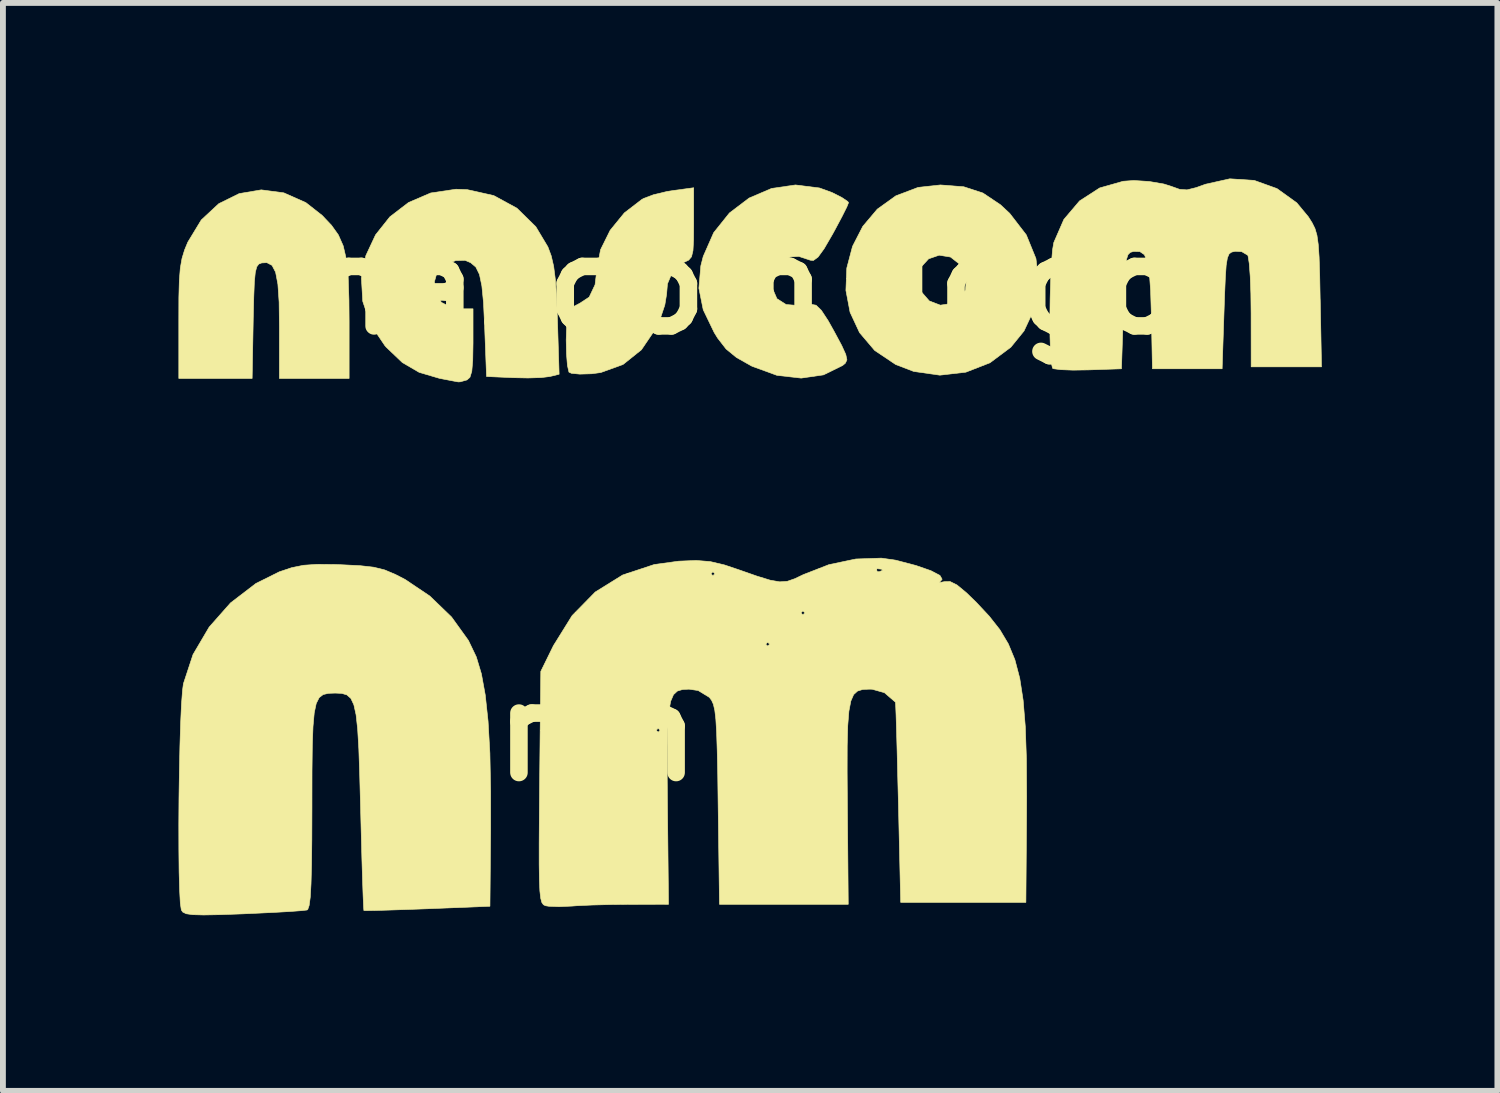
<source format=kicad_pcb>
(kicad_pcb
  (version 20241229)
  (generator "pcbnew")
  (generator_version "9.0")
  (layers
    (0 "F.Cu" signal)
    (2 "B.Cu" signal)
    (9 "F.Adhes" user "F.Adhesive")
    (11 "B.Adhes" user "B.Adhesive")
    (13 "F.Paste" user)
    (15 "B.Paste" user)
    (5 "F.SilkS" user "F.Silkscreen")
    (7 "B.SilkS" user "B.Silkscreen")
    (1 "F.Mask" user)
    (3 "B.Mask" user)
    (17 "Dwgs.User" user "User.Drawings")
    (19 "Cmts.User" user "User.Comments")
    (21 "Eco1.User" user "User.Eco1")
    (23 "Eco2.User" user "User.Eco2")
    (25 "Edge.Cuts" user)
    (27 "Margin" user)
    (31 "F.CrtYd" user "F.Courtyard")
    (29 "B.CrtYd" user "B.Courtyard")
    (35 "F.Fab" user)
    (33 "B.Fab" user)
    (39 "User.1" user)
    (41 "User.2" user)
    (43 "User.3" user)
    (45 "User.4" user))
  (footprint "nm"
    (layer "F.Cu")
    (at 7.159 9.46)
    (property "Reference" "nm" (at 0 0 0) (layer "F.SilkS") (effects (font (size 1.524 1.524) (thickness 0.3))))
    (attr through_hole)
    (fp_poly (pts (xy -4.479 -2.865) (xy -4.378 -2.861) (xy -4.056 -2.845) (xy -3.824 -2.819) (xy -3.638 -2.773) (xy -3.455 -2.696) (xy -3.288 -2.61) (xy -2.865 -2.326) (xy -2.494 -1.968) (xy -2.206 -1.568) (xy -2.071 -1.286) (xy -1.984 -0.997) (xy -1.918 -0.635) (xy -1.87 -0.188) (xy -1.839 0.357) (xy -1.826 1.012) (xy -1.826 1.671) (xy -1.838 2.974) (xy -2.908 3.017) (xy -3.27 3.03) (xy -3.582 3.04) (xy -3.82 3.047) (xy -3.962 3.048) (xy -3.992 3.047) (xy -3.997 2.98) (xy -4.005 2.796) (xy -4.015 2.515) (xy -4.026 2.153) (xy -4.037 1.729) (xy -4.048 1.3) (xy -4.063 0.736) (xy -4.078 0.291) (xy -4.098 -0.048) (xy -4.125 -0.297) (xy -4.163 -0.468) (xy -4.214 -0.577) (xy -4.282 -0.637) (xy -4.369 -0.663) (xy -4.48 -0.668) (xy -4.484 -0.668) (xy -4.598 -0.664) (xy -4.688 -0.643) (xy -4.756 -0.59) (xy -4.806 -0.491) (xy -4.84 -0.331) (xy -4.861 -0.097) (xy -4.873 0.226) (xy -4.878 0.652) (xy -4.879 1.196) (xy -4.879 1.277) (xy -4.881 1.833) (xy -4.886 2.268) (xy -4.895 2.593) (xy -4.908 2.82) (xy -4.927 2.961) (xy -4.951 3.029) (xy -4.963 3.038) (xy -5.056 3.049) (xy -5.258 3.064) (xy -5.541 3.08) (xy -5.882 3.096) (xy -6.058 3.104) (xy -6.451 3.118) (xy -6.73 3.123) (xy -6.916 3.118) (xy -7.028 3.102) (xy -7.087 3.073) (xy -7.111 3.037) (xy -7.128 2.924) (xy -7.14 2.7) (xy -7.149 2.385) (xy -7.153 2.004) (xy -7.154 1.576) (xy -7.151 1.125) (xy -7.144 0.672) (xy -7.135 0.239) (xy -7.123 -0.152) (xy -7.108 -0.478) (xy -7.09 -0.718) (xy -7.075 -0.829) (xy -6.911 -1.327) (xy -6.635 -1.796) (xy -6.27 -2.209) (xy -5.837 -2.541) (xy -5.437 -2.74) (xy -5.225 -2.811) (xy -5.024 -2.852) (xy -4.79 -2.868) (xy -4.479 -2.865)) (stroke (width 0.01) (type solid)) (fill yes) (layer "F.SilkS"))
    (fp_poly (pts (xy 5.095 -2.939) (xy 5.441 -2.848) (xy 5.697 -2.759) (xy 5.85 -2.679) (xy 5.888 -2.613) (xy 5.871 -2.593) (xy 5.839 -2.556) (xy 5.928 -2.572) (xy 5.929 -2.572) (xy 6.024 -2.574) (xy 6.141 -2.516) (xy 6.302 -2.383) (xy 6.471 -2.219) (xy 6.692 -1.983) (xy 6.874 -1.752) (xy 7.019 -1.509) (xy 7.131 -1.238) (xy 7.214 -0.922) (xy 7.272 -0.546) (xy 7.309 -0.094) (xy 7.328 0.451) (xy 7.332 1.104) (xy 7.33 1.504) (xy 7.319 2.908) (xy 5.18 2.908) (xy 5.141 1.203) (xy 5.129 0.741) (xy 5.119 0.325) (xy 5.109 -0.026) (xy 5.101 -0.294) (xy 5.094 -0.462) (xy 5.09 -0.513) (xy 4.902 -0.675) (xy 4.692 -0.734) (xy 4.643 -0.735) (xy 4.531 -0.73) (xy 4.443 -0.703) (xy 4.376 -0.642) (xy 4.328 -0.532) (xy 4.295 -0.359) (xy 4.275 -0.109) (xy 4.266 0.232) (xy 4.265 0.678) (xy 4.269 1.244) (xy 4.269 1.253) (xy 4.284 2.941) (xy 2.084 2.941) (xy 2.061 1.244) (xy 2.054 0.719) (xy 2.045 0.312) (xy 2.035 0.006) (xy 2.022 -0.217) (xy 2.004 -0.372) (xy 1.98 -0.476) (xy 1.949 -0.545) (xy 1.911 -0.595) (xy 1.72 -0.712) (xy 1.563 -0.735) (xy 1.452 -0.729) (xy 1.365 -0.703) (xy 1.298 -0.641) (xy 1.25 -0.529) (xy 1.218 -0.355) (xy 1.199 -0.103) (xy 1.191 0.241) (xy 1.19 0.69) (xy 1.195 1.253) (xy 1.213 2.941) (xy 0.556 2.942) (xy 0.227 2.945) (xy -0.093 2.953) (xy -0.354 2.965) (xy -0.434 2.971) (xy -0.655 2.981) (xy -0.834 2.974) (xy -0.889 2.965) (xy -0.924 2.948) (xy -0.951 2.91) (xy -0.971 2.836) (xy -0.985 2.713) (xy -0.993 2.525) (xy -0.997 2.259) (xy -0.997 1.901) (xy -0.994 1.435) (xy -0.99 0.945) (xy -0.98 -0.033) (xy 1.003 -0.033) (xy 1.036 0) (xy 1.069 -0.033) (xy 1.036 -0.067) (xy 1.003 -0.033) (xy -0.98 -0.033) (xy -0.969 -1.039) (xy -0.752 -1.481) (xy -0.737 -1.504) (xy 2.874 -1.504) (xy 2.908 -1.471) (xy 2.941 -1.504) (xy 2.908 -1.537) (xy 2.874 -1.504) (xy -0.737 -1.504) (xy -0.434 -1.992) (xy -0.388 -2.039) (xy 3.476 -2.039) (xy 3.509 -2.005) (xy 3.543 -2.039) (xy 3.509 -2.072) (xy 3.476 -2.039) (xy -0.388 -2.039) (xy -0.039 -2.395) (xy 0.43 -2.686) (xy 0.494 -2.707) (xy 1.938 -2.707) (xy 1.972 -2.674) (xy 2.005 -2.707) (xy 1.972 -2.741) (xy 1.938 -2.707) (xy 0.494 -2.707) (xy 0.97 -2.865) (xy 1.387 -2.922) (xy 1.687 -2.934) (xy 1.926 -2.915) (xy 2.168 -2.858) (xy 2.406 -2.778) (xy 2.726 -2.666) (xy 2.951 -2.597) (xy 3.113 -2.569) (xy 3.243 -2.578) (xy 3.372 -2.623) (xy 3.516 -2.692) (xy 3.755 -2.785) (xy 4.768 -2.785) (xy 4.777 -2.745) (xy 4.813 -2.741) (xy 4.868 -2.765) (xy 4.857 -2.785) (xy 4.778 -2.793) (xy 4.768 -2.785) (xy 3.755 -2.785) (xy 3.952 -2.862) (xy 4.412 -2.959) (xy 4.85 -2.974) (xy 5.095 -2.939)) (stroke (width 0.01) (type solid)) (fill yes) (layer "F.SilkS")))
  (footprint "nascom logo"
    (layer "F.Cu")
    (at 9.728 1.829)
    (property "Reference" "nascom logo" (at 0 0 0) (layer "F.SilkS") (effects (font (size 1.524 1.524) (thickness 0.3))))
    (attr through_hole)
    (fp_poly (pts (xy -7.928 -1.584) (xy -7.552 -1.417) (xy -7.273 -1.198) (xy -7.115 -1.031) (xy -6.997 -0.866) (xy -6.914 -0.678) (xy -6.86 -0.446) (xy -6.829 -0.145) (xy -6.816 0.247) (xy -6.813 0.612) (xy -6.813 1.587) (xy -8.004 1.587) (xy -8.004 0.707) (xy -8.009 0.284) (xy -8.03 -0.023) (xy -8.069 -0.228) (xy -8.13 -0.345) (xy -8.218 -0.391) (xy -8.306 -0.387) (xy -8.356 -0.368) (xy -8.391 -0.321) (xy -8.416 -0.226) (xy -8.432 -0.062) (xy -8.442 0.191) (xy -8.451 0.554) (xy -8.452 0.613) (xy -8.47 1.587) (xy -9.723 1.587) (xy -9.723 0.597) (xy -9.722 0.203) (xy -9.714 -0.087) (xy -9.697 -0.3) (xy -9.668 -0.465) (xy -9.624 -0.609) (xy -9.569 -0.742) (xy -9.339 -1.121) (xy -9.04 -1.399) (xy -8.692 -1.571) (xy -8.314 -1.635) (xy -7.928 -1.584)) (stroke (width 0.01) (type solid)) (fill yes) (layer "F.SilkS"))
    (fp_poly (pts (xy -0.926 -1.065) (xy -0.928 -0.779) (xy -0.938 -0.597) (xy -0.963 -0.492) (xy -1.011 -0.435) (xy -1.086 -0.399) (xy -1.087 -0.398) (xy -1.276 -0.262) (xy -1.374 -0.03) (xy -1.389 0.149) (xy -1.419 0.332) (xy -1.498 0.568) (xy -1.571 0.732) (xy -1.819 1.097) (xy -2.134 1.349) (xy -2.513 1.486) (xy -2.668 1.507) (xy -2.872 1.513) (xy -3.015 1.499) (xy -3.057 1.479) (xy -3.083 1.365) (xy -3.099 1.166) (xy -3.104 0.929) (xy -3.097 0.703) (xy -3.077 0.535) (xy -3.077 0.534) (xy -2.989 0.364) (xy -2.871 0.302) (xy -2.711 0.197) (xy -2.611 -0.014) (xy -2.578 -0.285) (xy -2.517 -0.613) (xy -2.353 -0.944) (xy -2.111 -1.241) (xy -1.815 -1.469) (xy -1.78 -1.489) (xy -1.612 -1.552) (xy -1.382 -1.607) (xy -1.267 -1.625) (xy -0.926 -1.671) (xy -0.926 -1.065)) (stroke (width 0.01) (type solid)) (fill yes) (layer "F.SilkS"))
    (fp_poly (pts (xy 3.689 -1.688) (xy 4.016 -1.581) (xy 4.314 -1.382) (xy 4.474 -1.233) (xy 4.757 -0.866) (xy 4.922 -0.461) (xy 4.971 -0.039) (xy 4.903 0.38) (xy 4.718 0.776) (xy 4.493 1.053) (xy 4.137 1.319) (xy 3.724 1.48) (xy 3.28 1.531) (xy 2.833 1.467) (xy 2.525 1.349) (xy 2.166 1.108) (xy 1.908 0.804) (xy 1.746 0.456) (xy 1.675 0.082) (xy 1.683 -0.117) (xy 2.91 -0.117) (xy 2.963 0.106) (xy 3.1 0.263) (xy 3.288 0.335) (xy 3.494 0.304) (xy 3.589 0.248) (xy 3.718 0.076) (xy 3.736 -0.135) (xy 3.64 -0.346) (xy 3.637 -0.35) (xy 3.463 -0.487) (xy 3.268 -0.519) (xy 3.088 -0.457) (xy 2.957 -0.314) (xy 2.91 -0.117) (xy 1.683 -0.117) (xy 1.69 -0.299) (xy 1.788 -0.67) (xy 1.963 -1.011) (xy 2.211 -1.305) (xy 2.528 -1.533) (xy 2.908 -1.677) (xy 3.289 -1.719) (xy 3.689 -1.688)) (stroke (width 0.01) (type solid)) (fill yes) (layer "F.SilkS"))
    (fp_poly (pts (xy 1.225 -1.667) (xy 1.439 -1.589) (xy 1.605 -1.505) (xy 1.706 -1.437) (xy 1.72 -1.417) (xy 1.69 -1.342) (xy 1.61 -1.182) (xy 1.495 -0.966) (xy 1.448 -0.88) (xy 1.304 -0.632) (xy 1.199 -0.487) (xy 1.12 -0.429) (xy 1.068 -0.433) (xy 0.871 -0.498) (xy 0.73 -0.49) (xy 0.587 -0.405) (xy 0.576 -0.396) (xy 0.431 -0.209) (xy 0.404 0.011) (xy 0.496 0.224) (xy 0.653 0.324) (xy 0.907 0.345) (xy 1.085 0.321) (xy 1.165 0.336) (xy 1.255 0.423) (xy 1.372 0.601) (xy 1.476 0.787) (xy 1.604 1.026) (xy 1.673 1.178) (xy 1.692 1.269) (xy 1.666 1.326) (xy 1.618 1.366) (xy 1.292 1.526) (xy 0.91 1.581) (xy 0.497 1.534) (xy 0.08 1.382) (xy 0.06 1.373) (xy -0.195 1.229) (xy -0.372 1.084) (xy -0.517 0.897) (xy -0.576 0.801) (xy -0.763 0.413) (xy -0.837 0.046) (xy -0.804 -0.337) (xy -0.763 -0.497) (xy -0.584 -0.904) (xy -0.315 -1.24) (xy 0.021 -1.495) (xy 0.404 -1.659) (xy 0.813 -1.719) (xy 1.225 -1.667)) (stroke (width 0.01) (type solid)) (fill yes) (layer "F.SilkS"))
    (fp_poly (pts (xy -4.796 -1.639) (xy -4.343 -1.538) (xy -3.946 -1.322) (xy -3.623 -1.005) (xy -3.417 -0.661) (xy -3.36 -0.508) (xy -3.318 -0.327) (xy -3.288 -0.092) (xy -3.268 0.226) (xy -3.254 0.575) (xy -3.225 1.515) (xy -3.383 1.554) (xy -3.529 1.572) (xy -3.757 1.579) (xy -4.003 1.574) (xy -4.465 1.554) (xy -4.498 0.688) (xy -4.517 0.29) (xy -4.545 0.005) (xy -4.586 -0.19) (xy -4.648 -0.316) (xy -4.737 -0.391) (xy -4.832 -0.431) (xy -4.993 -0.427) (xy -5.175 -0.354) (xy -5.307 -0.238) (xy -5.307 -0.238) (xy -5.356 -0.065) (xy -5.328 0.136) (xy -5.237 0.287) (xy -5.084 0.367) (xy -4.906 0.397) (xy -4.696 0.397) (xy -4.696 0.985) (xy -4.701 1.278) (xy -4.717 1.464) (xy -4.749 1.568) (xy -4.8 1.613) (xy -4.801 1.613) (xy -4.916 1.645) (xy -4.95 1.646) (xy -5.037 1.63) (xy -5.203 1.598) (xy -5.27 1.585) (xy -5.616 1.483) (xy -5.903 1.316) (xy -6.179 1.053) (xy -6.201 1.028) (xy -6.449 0.66) (xy -6.58 0.269) (xy -6.603 -0.128) (xy -6.527 -0.512) (xy -6.361 -0.867) (xy -6.116 -1.175) (xy -5.798 -1.419) (xy -5.419 -1.582) (xy -4.987 -1.646) (xy -4.796 -1.639)) (stroke (width 0.01) (type solid)) (fill yes) (layer "F.SilkS"))
    (fp_poly (pts (xy 8.651 -1.797) (xy 9.04 -1.657) (xy 9.378 -1.414) (xy 9.576 -1.175) (xy 9.641 -1.072) (xy 9.689 -0.975) (xy 9.723 -0.86) (xy 9.745 -0.704) (xy 9.76 -0.486) (xy 9.77 -0.182) (xy 9.778 0.231) (xy 9.779 0.243) (xy 9.801 1.389) (xy 8.599 1.389) (xy 8.598 0.48) (xy 8.594 0.14) (xy 8.583 -0.155) (xy 8.566 -0.379) (xy 8.546 -0.505) (xy 8.541 -0.518) (xy 8.438 -0.579) (xy 8.327 -0.585) (xy 8.266 -0.572) (xy 8.223 -0.542) (xy 8.193 -0.473) (xy 8.172 -0.345) (xy 8.158 -0.139) (xy 8.145 0.166) (xy 8.136 0.43) (xy 8.103 1.422) (xy 6.912 1.422) (xy 6.894 0.501) (xy 6.881 0.087) (xy 6.86 -0.211) (xy 6.826 -0.41) (xy 6.774 -0.528) (xy 6.698 -0.58) (xy 6.595 -0.583) (xy 6.587 -0.582) (xy 6.534 -0.567) (xy 6.495 -0.528) (xy 6.468 -0.445) (xy 6.449 -0.296) (xy 6.435 -0.063) (xy 6.421 0.276) (xy 6.416 0.43) (xy 6.383 1.422) (xy 5.818 1.441) (xy 5.556 1.445) (xy 5.346 1.437) (xy 5.223 1.421) (xy 5.206 1.413) (xy 5.185 1.328) (xy 5.171 1.138) (xy 5.162 0.873) (xy 5.16 0.559) (xy 5.164 0.226) (xy 5.173 -0.1) (xy 5.187 -0.389) (xy 5.206 -0.613) (xy 5.227 -0.735) (xy 5.399 -1.13) (xy 5.667 -1.446) (xy 6.011 -1.668) (xy 6.412 -1.782) (xy 6.594 -1.795) (xy 6.858 -1.778) (xy 7.108 -1.735) (xy 7.229 -1.697) (xy 7.377 -1.644) (xy 7.503 -1.635) (xy 7.66 -1.674) (xy 7.818 -1.731) (xy 8.234 -1.824) (xy 8.651 -1.797)) (stroke (width 0.01) (type solid)) (fill yes) (layer "F.SilkS")))
  (gr_rect
    (start -3 -3)
    (end 22.534 15.588)
    (stroke (width 0.1) (type default))
    (fill no)
    (layer "Edge.Cuts")))
</source>
